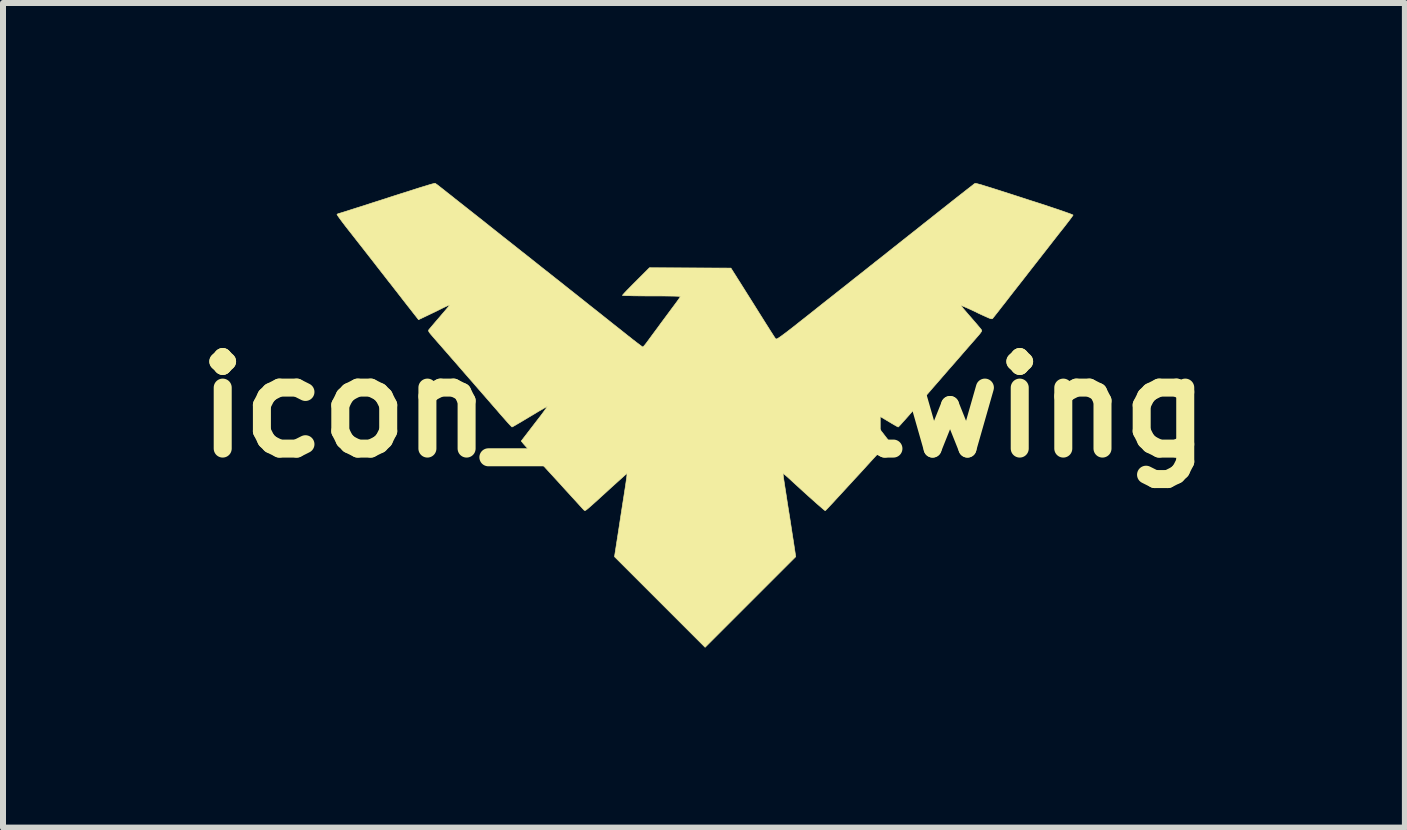
<source format=kicad_pcb>
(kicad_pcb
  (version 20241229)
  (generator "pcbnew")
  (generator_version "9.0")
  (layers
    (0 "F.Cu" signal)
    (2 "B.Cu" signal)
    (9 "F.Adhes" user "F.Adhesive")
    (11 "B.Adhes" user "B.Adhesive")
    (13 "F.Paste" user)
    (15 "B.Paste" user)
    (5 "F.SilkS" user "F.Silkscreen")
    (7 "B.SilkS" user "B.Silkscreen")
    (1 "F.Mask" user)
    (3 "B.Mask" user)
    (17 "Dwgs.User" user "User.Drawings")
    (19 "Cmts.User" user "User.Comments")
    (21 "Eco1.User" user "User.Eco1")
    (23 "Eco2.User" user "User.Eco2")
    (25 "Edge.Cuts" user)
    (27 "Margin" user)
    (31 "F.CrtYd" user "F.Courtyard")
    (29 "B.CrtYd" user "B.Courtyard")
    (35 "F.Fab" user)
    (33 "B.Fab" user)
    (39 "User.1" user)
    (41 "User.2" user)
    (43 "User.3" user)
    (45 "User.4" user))
  (footprint "icon_nightwing"
    (layer "F.Cu")
    (at 8.68 3.735)
    (property "Reference" "icon_nightwing" (at 0 0 0) (layer "F.SilkS") (effects (font (size 1.524 1.524) (thickness 0.3))))
    (attr through_hole)
    (fp_poly (pts (xy -4.478 -3.73) (xy -4.464 -3.72) (xy -4.433 -3.698) (xy -4.391 -3.665) (xy -4.341 -3.626) (xy -4.322 -3.611) (xy -4.267 -3.567) (xy -4.213 -3.525) (xy -4.168 -3.489) (xy -4.137 -3.464) (xy -4.132 -3.461) (xy -4.114 -3.446) (xy -4.077 -3.417) (xy -4.025 -3.376) (xy -3.958 -3.323) (xy -3.878 -3.26) (xy -3.788 -3.189) (xy -3.689 -3.111) (xy -3.584 -3.027) (xy -3.473 -2.939) (xy -3.461 -2.93) (xy -3.337 -2.831) (xy -3.207 -2.729) (xy -3.075 -2.624) (xy -2.944 -2.521) (xy -2.818 -2.421) (xy -2.7 -2.327) (xy -2.593 -2.243) (xy -2.501 -2.17) (xy -2.458 -2.136) (xy -2.364 -2.062) (xy -2.269 -1.986) (xy -2.175 -1.912) (xy -2.088 -1.843) (xy -2.01 -1.781) (xy -1.946 -1.73) (xy -1.906 -1.698) (xy -1.836 -1.643) (xy -1.76 -1.583) (xy -1.686 -1.524) (xy -1.622 -1.473) (xy -1.6 -1.456) (xy -1.548 -1.414) (xy -1.481 -1.361) (xy -1.406 -1.302) (xy -1.328 -1.24) (xy -1.253 -1.18) (xy -1.248 -1.177) (xy -1.184 -1.126) (xy -1.126 -1.081) (xy -1.078 -1.045) (xy -1.042 -1.018) (xy -1.022 -1.005) (xy -1.019 -1.003) (xy -1.007 -1.013) (xy -0.985 -1.038) (xy -0.956 -1.075) (xy -0.946 -1.089) (xy -0.92 -1.124) (xy -0.882 -1.176) (xy -0.834 -1.241) (xy -0.779 -1.315) (xy -0.72 -1.396) (xy -0.659 -1.478) (xy -0.599 -1.559) (xy -0.542 -1.636) (xy -0.492 -1.703) (xy -0.455 -1.753) (xy -0.427 -1.792) (xy -0.405 -1.824) (xy -0.394 -1.843) (xy -0.394 -1.845) (xy -0.406 -1.847) (xy -0.441 -1.849) (xy -0.496 -1.851) (xy -0.567 -1.852) (xy -0.654 -1.853) (xy -0.752 -1.854) (xy -0.858 -1.854) (xy -0.876 -1.854) (xy -0.984 -1.854) (xy -1.084 -1.855) (xy -1.172 -1.856) (xy -1.246 -1.858) (xy -1.304 -1.859) (xy -1.342 -1.861) (xy -1.359 -1.863) (xy -1.359 -1.864) (xy -1.35 -1.875) (xy -1.326 -1.902) (xy -1.289 -1.941) (xy -1.24 -1.991) (xy -1.184 -2.048) (xy -1.133 -2.099) (xy -0.908 -2.324) (xy -0.229 -2.321) (xy 0.449 -2.318) (xy 0.538 -2.178) (xy 0.567 -2.131) (xy 0.608 -2.067) (xy 0.657 -1.989) (xy 0.711 -1.903) (xy 0.769 -1.811) (xy 0.827 -1.719) (xy 0.842 -1.695) (xy 0.917 -1.575) (xy 0.98 -1.475) (xy 1.032 -1.392) (xy 1.074 -1.326) (xy 1.107 -1.273) (xy 1.133 -1.233) (xy 1.152 -1.203) (xy 1.166 -1.181) (xy 1.176 -1.166) (xy 1.183 -1.156) (xy 1.189 -1.148) (xy 1.194 -1.142) (xy 1.198 -1.138) (xy 1.205 -1.137) (xy 1.215 -1.139) (xy 1.23 -1.146) (xy 1.252 -1.16) (xy 1.281 -1.18) (xy 1.319 -1.208) (xy 1.369 -1.245) (xy 1.43 -1.292) (xy 1.505 -1.35) (xy 1.594 -1.421) (xy 1.701 -1.505) (xy 1.825 -1.603) (xy 1.88 -1.647) (xy 2.003 -1.745) (xy 2.129 -1.844) (xy 2.254 -1.943) (xy 2.376 -2.039) (xy 2.491 -2.131) (xy 2.598 -2.215) (xy 2.693 -2.29) (xy 2.773 -2.354) (xy 2.837 -2.404) (xy 2.838 -2.406) (xy 2.901 -2.455) (xy 2.981 -2.518) (xy 3.075 -2.593) (xy 3.181 -2.677) (xy 3.296 -2.768) (xy 3.417 -2.864) (xy 3.543 -2.963) (xy 3.669 -3.064) (xy 3.794 -3.162) (xy 3.806 -3.172) (xy 3.921 -3.263) (xy 4.03 -3.349) (xy 4.132 -3.43) (xy 4.226 -3.504) (xy 4.309 -3.569) (xy 4.379 -3.624) (xy 4.436 -3.668) (xy 4.477 -3.7) (xy 4.5 -3.719) (xy 4.505 -3.722) (xy 4.51 -3.725) (xy 4.514 -3.727) (xy 4.519 -3.729) (xy 4.528 -3.729) (xy 4.541 -3.727) (xy 4.56 -3.722) (xy 4.587 -3.715) (xy 4.624 -3.705) (xy 4.671 -3.69) (xy 4.73 -3.672) (xy 4.804 -3.649) (xy 4.892 -3.621) (xy 4.998 -3.587) (xy 5.123 -3.547) (xy 5.268 -3.5) (xy 5.434 -3.446) (xy 5.544 -3.411) (xy 5.665 -3.372) (xy 5.778 -3.334) (xy 5.88 -3.3) (xy 5.968 -3.27) (xy 6.042 -3.244) (xy 6.098 -3.224) (xy 6.135 -3.209) (xy 6.15 -3.202) (xy 6.15 -3.201) (xy 6.141 -3.187) (xy 6.12 -3.157) (xy 6.087 -3.113) (xy 6.047 -3.061) (xy 6.01 -3.013) (xy 5.914 -2.892) (xy 5.807 -2.755) (xy 5.688 -2.602) (xy 5.555 -2.432) (xy 5.408 -2.244) (xy 5.347 -2.165) (xy 5.242 -2.031) (xy 5.151 -1.915) (xy 5.074 -1.816) (xy 5.01 -1.733) (xy 4.956 -1.665) (xy 4.913 -1.609) (xy 4.879 -1.566) (xy 4.853 -1.533) (xy 4.834 -1.509) (xy 4.82 -1.492) (xy 4.812 -1.481) (xy 4.807 -1.476) (xy 4.798 -1.473) (xy 4.78 -1.475) (xy 4.75 -1.485) (xy 4.707 -1.504) (xy 4.647 -1.531) (xy 4.567 -1.568) (xy 4.53 -1.587) (xy 4.449 -1.625) (xy 4.382 -1.655) (xy 4.331 -1.677) (xy 4.297 -1.69) (xy 4.282 -1.693) (xy 4.283 -1.69) (xy 4.296 -1.674) (xy 4.323 -1.641) (xy 4.361 -1.597) (xy 4.406 -1.544) (xy 4.451 -1.493) (xy 4.501 -1.435) (xy 4.546 -1.383) (xy 4.583 -1.339) (xy 4.609 -1.308) (xy 4.62 -1.293) (xy 4.626 -1.285) (xy 4.628 -1.276) (xy 4.625 -1.264) (xy 4.614 -1.247) (xy 4.595 -1.221) (xy 4.564 -1.185) (xy 4.521 -1.135) (xy 4.463 -1.069) (xy 4.456 -1.061) (xy 4.436 -1.038) (xy 4.401 -0.998) (xy 4.353 -0.943) (xy 4.295 -0.876) (xy 4.227 -0.798) (xy 4.152 -0.712) (xy 4.072 -0.621) (xy 3.989 -0.525) (xy 3.905 -0.428) (xy 3.82 -0.331) (xy 3.739 -0.237) (xy 3.662 -0.149) (xy 3.591 -0.067) (xy 3.528 0.005) (xy 3.475 0.066) (xy 3.474 0.067) (xy 3.414 0.136) (xy 3.359 0.198) (xy 3.311 0.251) (xy 3.274 0.293) (xy 3.248 0.32) (xy 3.236 0.33) (xy 3.236 0.33) (xy 3.223 0.324) (xy 3.191 0.306) (xy 3.144 0.279) (xy 3.084 0.243) (xy 3.015 0.202) (xy 2.956 0.167) (xy 2.88 0.121) (xy 2.81 0.079) (xy 2.749 0.042) (xy 2.701 0.014) (xy 2.668 -0.005) (xy 2.656 -0.012) (xy 2.65 -0.01) (xy 2.66 0.01) (xy 2.686 0.048) (xy 2.723 0.097) (xy 2.766 0.153) (xy 2.819 0.221) (xy 2.876 0.296) (xy 2.931 0.368) (xy 2.952 0.395) (xy 3.085 0.568) (xy 2.855 0.821) (xy 2.785 0.897) (xy 2.714 0.975) (xy 2.645 1.051) (xy 2.582 1.12) (xy 2.529 1.177) (xy 2.502 1.206) (xy 2.452 1.261) (xy 2.391 1.327) (xy 2.324 1.4) (xy 2.256 1.474) (xy 2.204 1.53) (xy 2.151 1.588) (xy 2.103 1.639) (xy 2.064 1.681) (xy 2.036 1.71) (xy 2.022 1.723) (xy 2.021 1.724) (xy 2.009 1.717) (xy 1.981 1.694) (xy 1.939 1.657) (xy 1.883 1.609) (xy 1.817 1.55) (xy 1.742 1.483) (xy 1.661 1.41) (xy 1.575 1.331) (xy 1.486 1.25) (xy 1.43 1.198) (xy 1.388 1.16) (xy 1.353 1.13) (xy 1.329 1.11) (xy 1.321 1.105) (xy 1.32 1.107) (xy 1.319 1.115) (xy 1.32 1.131) (xy 1.323 1.157) (xy 1.328 1.194) (xy 1.336 1.244) (xy 1.346 1.311) (xy 1.359 1.394) (xy 1.375 1.497) (xy 1.394 1.622) (xy 1.416 1.759) (xy 1.429 1.839) (xy 1.444 1.936) (xy 1.46 2.041) (xy 1.476 2.145) (xy 1.489 2.226) (xy 1.529 2.491) (xy 0.019 4.001) (xy -1.491 2.491) (xy -1.43 2.099) (xy -1.412 1.983) (xy -1.393 1.857) (xy -1.373 1.728) (xy -1.354 1.605) (xy -1.336 1.492) (xy -1.323 1.407) (xy -1.31 1.323) (xy -1.299 1.248) (xy -1.29 1.185) (xy -1.284 1.138) (xy -1.282 1.111) (xy -1.283 1.105) (xy -1.293 1.113) (xy -1.321 1.136) (xy -1.362 1.173) (xy -1.414 1.22) (xy -1.476 1.276) (xy -1.545 1.338) (xy -1.569 1.36) (xy -1.643 1.428) (xy -1.715 1.493) (xy -1.78 1.553) (xy -1.837 1.604) (xy -1.882 1.644) (xy -1.912 1.67) (xy -1.915 1.673) (xy -1.951 1.703) (xy -1.973 1.719) (xy -1.987 1.722) (xy -1.999 1.714) (xy -2.006 1.707) (xy -2.021 1.691) (xy -2.05 1.659) (xy -2.091 1.614) (xy -2.141 1.559) (xy -2.198 1.497) (xy -2.246 1.444) (xy -2.316 1.368) (xy -2.397 1.278) (xy -2.486 1.181) (xy -2.576 1.083) (xy -2.662 0.989) (xy -2.722 0.924) (xy -2.789 0.851) (xy -2.851 0.783) (xy -2.907 0.721) (xy -2.954 0.67) (xy -2.989 0.631) (xy -3.01 0.607) (xy -3.013 0.603) (xy -3.045 0.564) (xy -2.826 0.279) (xy -2.769 0.205) (xy -2.718 0.139) (xy -2.675 0.081) (xy -2.642 0.035) (xy -2.619 0.004) (xy -2.611 -0.011) (xy -2.611 -0.011) (xy -2.622 -0.006) (xy -2.653 0.01) (xy -2.699 0.037) (xy -2.759 0.071) (xy -2.828 0.113) (xy -2.902 0.157) (xy -2.979 0.203) (xy -3.049 0.245) (xy -3.109 0.28) (xy -3.155 0.307) (xy -3.186 0.324) (xy -3.198 0.33) (xy -3.209 0.321) (xy -3.234 0.295) (xy -3.27 0.256) (xy -3.315 0.205) (xy -3.367 0.146) (xy -3.392 0.118) (xy -3.449 0.051) (xy -3.52 -0.03) (xy -3.598 -0.12) (xy -3.68 -0.214) (xy -3.762 -0.308) (xy -3.839 -0.397) (xy -3.841 -0.4) (xy -3.917 -0.486) (xy -3.997 -0.578) (xy -4.077 -0.67) (xy -4.152 -0.757) (xy -4.22 -0.834) (xy -4.275 -0.898) (xy -4.279 -0.902) (xy -4.337 -0.968) (xy -4.394 -1.034) (xy -4.448 -1.095) (xy -4.493 -1.147) (xy -4.525 -1.184) (xy -4.525 -1.184) (xy -4.561 -1.226) (xy -4.581 -1.254) (xy -4.59 -1.272) (xy -4.588 -1.285) (xy -4.583 -1.292) (xy -4.569 -1.309) (xy -4.542 -1.341) (xy -4.505 -1.385) (xy -4.459 -1.439) (xy -4.413 -1.492) (xy -4.363 -1.551) (xy -4.318 -1.603) (xy -4.281 -1.647) (xy -4.254 -1.679) (xy -4.242 -1.694) (xy -4.242 -1.701) (xy -4.264 -1.694) (xy -4.307 -1.675) (xy -4.339 -1.66) (xy -4.399 -1.63) (xy -4.471 -1.594) (xy -4.547 -1.558) (xy -4.605 -1.53) (xy -4.756 -1.458) (xy -4.784 -1.494) (xy -4.802 -1.517) (xy -4.832 -1.555) (xy -4.87 -1.604) (xy -4.914 -1.66) (xy -4.937 -1.689) (xy -4.982 -1.747) (xy -5.025 -1.802) (xy -5.061 -1.849) (xy -5.087 -1.882) (xy -5.095 -1.892) (xy -5.115 -1.919) (xy -5.148 -1.96) (xy -5.187 -2.011) (xy -5.23 -2.066) (xy -5.239 -2.076) (xy -5.29 -2.142) (xy -5.35 -2.219) (xy -5.411 -2.297) (xy -5.465 -2.366) (xy -5.465 -2.367) (xy -5.518 -2.435) (xy -5.576 -2.509) (xy -5.633 -2.582) (xy -5.681 -2.644) (xy -5.683 -2.646) (xy -5.792 -2.785) (xy -5.885 -2.904) (xy -5.963 -3.003) (xy -6.024 -3.083) (xy -6.069 -3.144) (xy -6.099 -3.186) (xy -6.113 -3.209) (xy -6.115 -3.214) (xy -6.099 -3.223) (xy -6.08 -3.229) (xy -6.062 -3.234) (xy -6.023 -3.246) (xy -5.965 -3.264) (xy -5.89 -3.288) (xy -5.803 -3.316) (xy -5.704 -3.347) (xy -5.598 -3.381) (xy -5.55 -3.397) (xy -5.362 -3.457) (xy -5.196 -3.511) (xy -5.052 -3.557) (xy -4.928 -3.596) (xy -4.823 -3.63) (xy -4.735 -3.658) (xy -4.662 -3.68) (xy -4.604 -3.698) (xy -4.558 -3.712) (xy -4.525 -3.721) (xy -4.501 -3.727) (xy -4.486 -3.73) (xy -4.479 -3.73) (xy -4.478 -3.73)) (stroke (width 0.01) (type solid)) (fill yes) (layer "F.SilkS")))
  (gr_rect
    (start -3 -3)
    (end 20.359 10.74)
    (stroke (width 0.1) (type default))
    (fill no)
    (layer "Edge.Cuts")))
</source>
